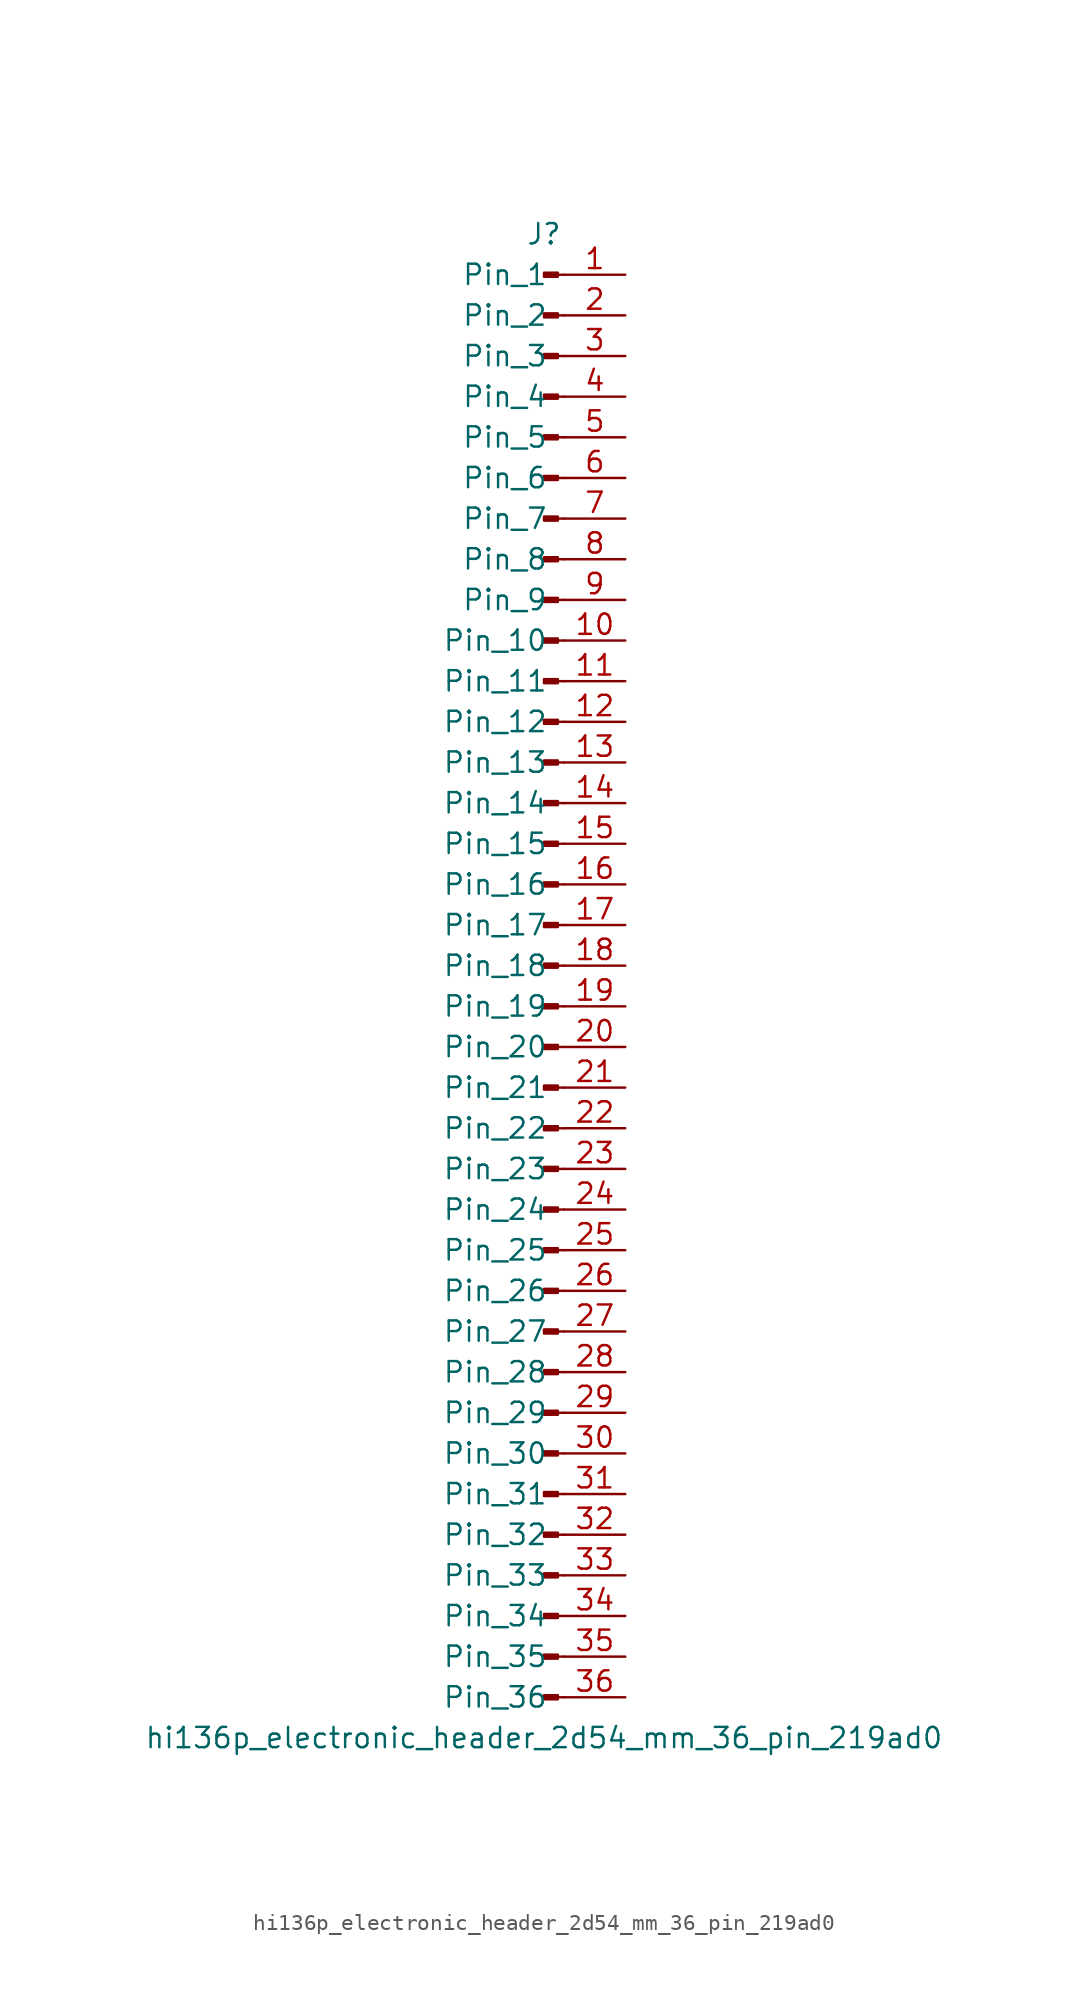
<source format=kicad_sym>
(kicad_symbol_lib
  (version 20220914)
  (generator kicad_symbol_editor)
  (symbol "hi136p_electronic_header_2d54_mm_36_pin_219ad0"
    (pin_names
      (offset 1.016))
    (property "Reference" "J"
      (at 0 45.72 0)
      (effects (font (size 1.27 1.27))))
    (property "Value" "hi136p_electronic_header_2d54_mm_36_pin_219ad0"
      (at 0 -48.26 0)
      (effects (font (size 1.27 1.27))))
    (property "ki_locked" ""
      (at 0 0 0)
      (effects (font (size 1.27 1.27))))
    (symbol "hi136p_electronic_header_2d54_mm_36_pin_219ad0_1_1"
      (polyline (pts (xy 1.27 -45.72) (xy 0.864 -45.72)) (stroke (width 0.152) (type default)) (fill (type none)))
      (polyline (pts (xy 1.27 -43.18) (xy 0.864 -43.18)) (stroke (width 0.152) (type default)) (fill (type none)))
      (polyline (pts (xy 1.27 -40.64) (xy 0.864 -40.64)) (stroke (width 0.152) (type default)) (fill (type none)))
      (polyline (pts (xy 1.27 -38.1) (xy 0.864 -38.1)) (stroke (width 0.152) (type default)) (fill (type none)))
      (polyline (pts (xy 1.27 -35.56) (xy 0.864 -35.56)) (stroke (width 0.152) (type default)) (fill (type none)))
      (polyline (pts (xy 1.27 -33.02) (xy 0.864 -33.02)) (stroke (width 0.152) (type default)) (fill (type none)))
      (polyline (pts (xy 1.27 -30.48) (xy 0.864 -30.48)) (stroke (width 0.152) (type default)) (fill (type none)))
      (polyline (pts (xy 1.27 -27.94) (xy 0.864 -27.94)) (stroke (width 0.152) (type default)) (fill (type none)))
      (polyline (pts (xy 1.27 -25.4) (xy 0.864 -25.4)) (stroke (width 0.152) (type default)) (fill (type none)))
      (polyline (pts (xy 1.27 -22.86) (xy 0.864 -22.86)) (stroke (width 0.152) (type default)) (fill (type none)))
      (polyline (pts (xy 1.27 -20.32) (xy 0.864 -20.32)) (stroke (width 0.152) (type default)) (fill (type none)))
      (polyline (pts (xy 1.27 -17.78) (xy 0.864 -17.78)) (stroke (width 0.152) (type default)) (fill (type none)))
      (polyline (pts (xy 1.27 -15.24) (xy 0.864 -15.24)) (stroke (width 0.152) (type default)) (fill (type none)))
      (polyline (pts (xy 1.27 -12.7) (xy 0.864 -12.7)) (stroke (width 0.152) (type default)) (fill (type none)))
      (polyline (pts (xy 1.27 -10.16) (xy 0.864 -10.16)) (stroke (width 0.152) (type default)) (fill (type none)))
      (polyline (pts (xy 1.27 -7.62) (xy 0.864 -7.62)) (stroke (width 0.152) (type default)) (fill (type none)))
      (polyline (pts (xy 1.27 -5.08) (xy 0.864 -5.08)) (stroke (width 0.152) (type default)) (fill (type none)))
      (polyline (pts (xy 1.27 -2.54) (xy 0.864 -2.54)) (stroke (width 0.152) (type default)) (fill (type none)))
      (polyline (pts (xy 1.27 0) (xy 0.864 0)) (stroke (width 0.152) (type default)) (fill (type none)))
      (polyline (pts (xy 1.27 2.54) (xy 0.864 2.54)) (stroke (width 0.152) (type default)) (fill (type none)))
      (polyline (pts (xy 1.27 5.08) (xy 0.864 5.08)) (stroke (width 0.152) (type default)) (fill (type none)))
      (polyline (pts (xy 1.27 7.62) (xy 0.864 7.62)) (stroke (width 0.152) (type default)) (fill (type none)))
      (polyline (pts (xy 1.27 10.16) (xy 0.864 10.16)) (stroke (width 0.152) (type default)) (fill (type none)))
      (polyline (pts (xy 1.27 12.7) (xy 0.864 12.7)) (stroke (width 0.152) (type default)) (fill (type none)))
      (polyline (pts (xy 1.27 15.24) (xy 0.864 15.24)) (stroke (width 0.152) (type default)) (fill (type none)))
      (polyline (pts (xy 1.27 17.78) (xy 0.864 17.78)) (stroke (width 0.152) (type default)) (fill (type none)))
      (polyline (pts (xy 1.27 20.32) (xy 0.864 20.32)) (stroke (width 0.152) (type default)) (fill (type none)))
      (polyline (pts (xy 1.27 22.86) (xy 0.864 22.86)) (stroke (width 0.152) (type default)) (fill (type none)))
      (polyline (pts (xy 1.27 25.4) (xy 0.864 25.4)) (stroke (width 0.152) (type default)) (fill (type none)))
      (polyline (pts (xy 1.27 27.94) (xy 0.864 27.94)) (stroke (width 0.152) (type default)) (fill (type none)))
      (polyline (pts (xy 1.27 30.48) (xy 0.864 30.48)) (stroke (width 0.152) (type default)) (fill (type none)))
      (polyline (pts (xy 1.27 33.02) (xy 0.864 33.02)) (stroke (width 0.152) (type default)) (fill (type none)))
      (polyline (pts (xy 1.27 35.56) (xy 0.864 35.56)) (stroke (width 0.152) (type default)) (fill (type none)))
      (polyline (pts (xy 1.27 38.1) (xy 0.864 38.1)) (stroke (width 0.152) (type default)) (fill (type none)))
      (polyline (pts (xy 1.27 40.64) (xy 0.864 40.64)) (stroke (width 0.152) (type default)) (fill (type none)))
      (polyline (pts (xy 1.27 43.18) (xy 0.864 43.18)) (stroke (width 0.152) (type default)) (fill (type none)))
      (rectangle (start 0.864 -45.593) (end 0 -45.847) (stroke (width 0.152) (type default)) (fill (type outline)))
      (rectangle (start 0.864 -43.053) (end 0 -43.307) (stroke (width 0.152) (type default)) (fill (type outline)))
      (rectangle (start 0.864 -40.513) (end 0 -40.767) (stroke (width 0.152) (type default)) (fill (type outline)))
      (rectangle (start 0.864 -37.973) (end 0 -38.227) (stroke (width 0.152) (type default)) (fill (type outline)))
      (rectangle (start 0.864 -35.433) (end 0 -35.687) (stroke (width 0.152) (type default)) (fill (type outline)))
      (rectangle (start 0.864 -32.893) (end 0 -33.147) (stroke (width 0.152) (type default)) (fill (type outline)))
      (rectangle (start 0.864 -30.353) (end 0 -30.607) (stroke (width 0.152) (type default)) (fill (type outline)))
      (rectangle (start 0.864 -27.813) (end 0 -28.067) (stroke (width 0.152) (type default)) (fill (type outline)))
      (rectangle (start 0.864 -25.273) (end 0 -25.527) (stroke (width 0.152) (type default)) (fill (type outline)))
      (rectangle (start 0.864 -22.733) (end 0 -22.987) (stroke (width 0.152) (type default)) (fill (type outline)))
      (rectangle (start 0.864 -20.193) (end 0 -20.447) (stroke (width 0.152) (type default)) (fill (type outline)))
      (rectangle (start 0.864 -17.653) (end 0 -17.907) (stroke (width 0.152) (type default)) (fill (type outline)))
      (rectangle (start 0.864 -15.113) (end 0 -15.367) (stroke (width 0.152) (type default)) (fill (type outline)))
      (rectangle (start 0.864 -12.573) (end 0 -12.827) (stroke (width 0.152) (type default)) (fill (type outline)))
      (rectangle (start 0.864 -10.033) (end 0 -10.287) (stroke (width 0.152) (type default)) (fill (type outline)))
      (rectangle (start 0.864 -7.493) (end 0 -7.747) (stroke (width 0.152) (type default)) (fill (type outline)))
      (rectangle (start 0.864 -4.953) (end 0 -5.207) (stroke (width 0.152) (type default)) (fill (type outline)))
      (rectangle (start 0.864 -2.413) (end 0 -2.667) (stroke (width 0.152) (type default)) (fill (type outline)))
      (rectangle (start 0.864 0.127) (end 0 -0.127) (stroke (width 0.152) (type default)) (fill (type outline)))
      (rectangle (start 0.864 2.667) (end 0 2.413) (stroke (width 0.152) (type default)) (fill (type outline)))
      (rectangle (start 0.864 5.207) (end 0 4.953) (stroke (width 0.152) (type default)) (fill (type outline)))
      (rectangle (start 0.864 7.747) (end 0 7.493) (stroke (width 0.152) (type default)) (fill (type outline)))
      (rectangle (start 0.864 10.287) (end 0 10.033) (stroke (width 0.152) (type default)) (fill (type outline)))
      (rectangle (start 0.864 12.827) (end 0 12.573) (stroke (width 0.152) (type default)) (fill (type outline)))
      (rectangle (start 0.864 15.367) (end 0 15.113) (stroke (width 0.152) (type default)) (fill (type outline)))
      (rectangle (start 0.864 17.907) (end 0 17.653) (stroke (width 0.152) (type default)) (fill (type outline)))
      (rectangle (start 0.864 20.447) (end 0 20.193) (stroke (width 0.152) (type default)) (fill (type outline)))
      (rectangle (start 0.864 22.987) (end 0 22.733) (stroke (width 0.152) (type default)) (fill (type outline)))
      (rectangle (start 0.864 25.527) (end 0 25.273) (stroke (width 0.152) (type default)) (fill (type outline)))
      (rectangle (start 0.864 28.067) (end 0 27.813) (stroke (width 0.152) (type default)) (fill (type outline)))
      (rectangle (start 0.864 30.607) (end 0 30.353) (stroke (width 0.152) (type default)) (fill (type outline)))
      (rectangle (start 0.864 33.147) (end 0 32.893) (stroke (width 0.152) (type default)) (fill (type outline)))
      (rectangle (start 0.864 35.687) (end 0 35.433) (stroke (width 0.152) (type default)) (fill (type outline)))
      (rectangle (start 0.864 38.227) (end 0 37.973) (stroke (width 0.152) (type default)) (fill (type outline)))
      (rectangle (start 0.864 40.767) (end 0 40.513) (stroke (width 0.152) (type default)) (fill (type outline)))
      (rectangle (start 0.864 43.307) (end 0 43.053) (stroke (width 0.152) (type default)) (fill (type outline)))
      (pin passive line (at 5.08 43.18 180) (length 3.81) (name "Pin_1" (effects (font (size 1.27 1.27)))) (number "1" (effects (font (size 1.27 1.27)))))
      (pin passive line (at 5.08 20.32 180) (length 3.81) (name "Pin_10" (effects (font (size 1.27 1.27)))) (number "10" (effects (font (size 1.27 1.27)))))
      (pin passive line (at 5.08 17.78 180) (length 3.81) (name "Pin_11" (effects (font (size 1.27 1.27)))) (number "11" (effects (font (size 1.27 1.27)))))
      (pin passive line (at 5.08 15.24 180) (length 3.81) (name "Pin_12" (effects (font (size 1.27 1.27)))) (number "12" (effects (font (size 1.27 1.27)))))
      (pin passive line (at 5.08 12.7 180) (length 3.81) (name "Pin_13" (effects (font (size 1.27 1.27)))) (number "13" (effects (font (size 1.27 1.27)))))
      (pin passive line (at 5.08 10.16 180) (length 3.81) (name "Pin_14" (effects (font (size 1.27 1.27)))) (number "14" (effects (font (size 1.27 1.27)))))
      (pin passive line (at 5.08 7.62 180) (length 3.81) (name "Pin_15" (effects (font (size 1.27 1.27)))) (number "15" (effects (font (size 1.27 1.27)))))
      (pin passive line (at 5.08 5.08 180) (length 3.81) (name "Pin_16" (effects (font (size 1.27 1.27)))) (number "16" (effects (font (size 1.27 1.27)))))
      (pin passive line (at 5.08 2.54 180) (length 3.81) (name "Pin_17" (effects (font (size 1.27 1.27)))) (number "17" (effects (font (size 1.27 1.27)))))
      (pin passive line (at 5.08 0 180) (length 3.81) (name "Pin_18" (effects (font (size 1.27 1.27)))) (number "18" (effects (font (size 1.27 1.27)))))
      (pin passive line (at 5.08 -2.54 180) (length 3.81) (name "Pin_19" (effects (font (size 1.27 1.27)))) (number "19" (effects (font (size 1.27 1.27)))))
      (pin passive line (at 5.08 40.64 180) (length 3.81) (name "Pin_2" (effects (font (size 1.27 1.27)))) (number "2" (effects (font (size 1.27 1.27)))))
      (pin passive line (at 5.08 -5.08 180) (length 3.81) (name "Pin_20" (effects (font (size 1.27 1.27)))) (number "20" (effects (font (size 1.27 1.27)))))
      (pin passive line (at 5.08 -7.62 180) (length 3.81) (name "Pin_21" (effects (font (size 1.27 1.27)))) (number "21" (effects (font (size 1.27 1.27)))))
      (pin passive line (at 5.08 -10.16 180) (length 3.81) (name "Pin_22" (effects (font (size 1.27 1.27)))) (number "22" (effects (font (size 1.27 1.27)))))
      (pin passive line (at 5.08 -12.7 180) (length 3.81) (name "Pin_23" (effects (font (size 1.27 1.27)))) (number "23" (effects (font (size 1.27 1.27)))))
      (pin passive line (at 5.08 -15.24 180) (length 3.81) (name "Pin_24" (effects (font (size 1.27 1.27)))) (number "24" (effects (font (size 1.27 1.27)))))
      (pin passive line (at 5.08 -17.78 180) (length 3.81) (name "Pin_25" (effects (font (size 1.27 1.27)))) (number "25" (effects (font (size 1.27 1.27)))))
      (pin passive line (at 5.08 -20.32 180) (length 3.81) (name "Pin_26" (effects (font (size 1.27 1.27)))) (number "26" (effects (font (size 1.27 1.27)))))
      (pin passive line (at 5.08 -22.86 180) (length 3.81) (name "Pin_27" (effects (font (size 1.27 1.27)))) (number "27" (effects (font (size 1.27 1.27)))))
      (pin passive line (at 5.08 -25.4 180) (length 3.81) (name "Pin_28" (effects (font (size 1.27 1.27)))) (number "28" (effects (font (size 1.27 1.27)))))
      (pin passive line (at 5.08 -27.94 180) (length 3.81) (name "Pin_29" (effects (font (size 1.27 1.27)))) (number "29" (effects (font (size 1.27 1.27)))))
      (pin passive line (at 5.08 38.1 180) (length 3.81) (name "Pin_3" (effects (font (size 1.27 1.27)))) (number "3" (effects (font (size 1.27 1.27)))))
      (pin passive line (at 5.08 -30.48 180) (length 3.81) (name "Pin_30" (effects (font (size 1.27 1.27)))) (number "30" (effects (font (size 1.27 1.27)))))
      (pin passive line (at 5.08 -33.02 180) (length 3.81) (name "Pin_31" (effects (font (size 1.27 1.27)))) (number "31" (effects (font (size 1.27 1.27)))))
      (pin passive line (at 5.08 -35.56 180) (length 3.81) (name "Pin_32" (effects (font (size 1.27 1.27)))) (number "32" (effects (font (size 1.27 1.27)))))
      (pin passive line (at 5.08 -38.1 180) (length 3.81) (name "Pin_33" (effects (font (size 1.27 1.27)))) (number "33" (effects (font (size 1.27 1.27)))))
      (pin passive line (at 5.08 -40.64 180) (length 3.81) (name "Pin_34" (effects (font (size 1.27 1.27)))) (number "34" (effects (font (size 1.27 1.27)))))
      (pin passive line (at 5.08 -43.18 180) (length 3.81) (name "Pin_35" (effects (font (size 1.27 1.27)))) (number "35" (effects (font (size 1.27 1.27)))))
      (pin passive line (at 5.08 -45.72 180) (length 3.81) (name "Pin_36" (effects (font (size 1.27 1.27)))) (number "36" (effects (font (size 1.27 1.27)))))
      (pin passive line (at 5.08 35.56 180) (length 3.81) (name "Pin_4" (effects (font (size 1.27 1.27)))) (number "4" (effects (font (size 1.27 1.27)))))
      (pin passive line (at 5.08 33.02 180) (length 3.81) (name "Pin_5" (effects (font (size 1.27 1.27)))) (number "5" (effects (font (size 1.27 1.27)))))
      (pin passive line (at 5.08 30.48 180) (length 3.81) (name "Pin_6" (effects (font (size 1.27 1.27)))) (number "6" (effects (font (size 1.27 1.27)))))
      (pin passive line (at 5.08 27.94 180) (length 3.81) (name "Pin_7" (effects (font (size 1.27 1.27)))) (number "7" (effects (font (size 1.27 1.27)))))
      (pin passive line (at 5.08 25.4 180) (length 3.81) (name "Pin_8" (effects (font (size 1.27 1.27)))) (number "8" (effects (font (size 1.27 1.27)))))
      (pin passive line (at 5.08 22.86 180) (length 3.81) (name "Pin_9" (effects (font (size 1.27 1.27)))) (number "9" (effects (font (size 1.27 1.27))))))))
</source>
